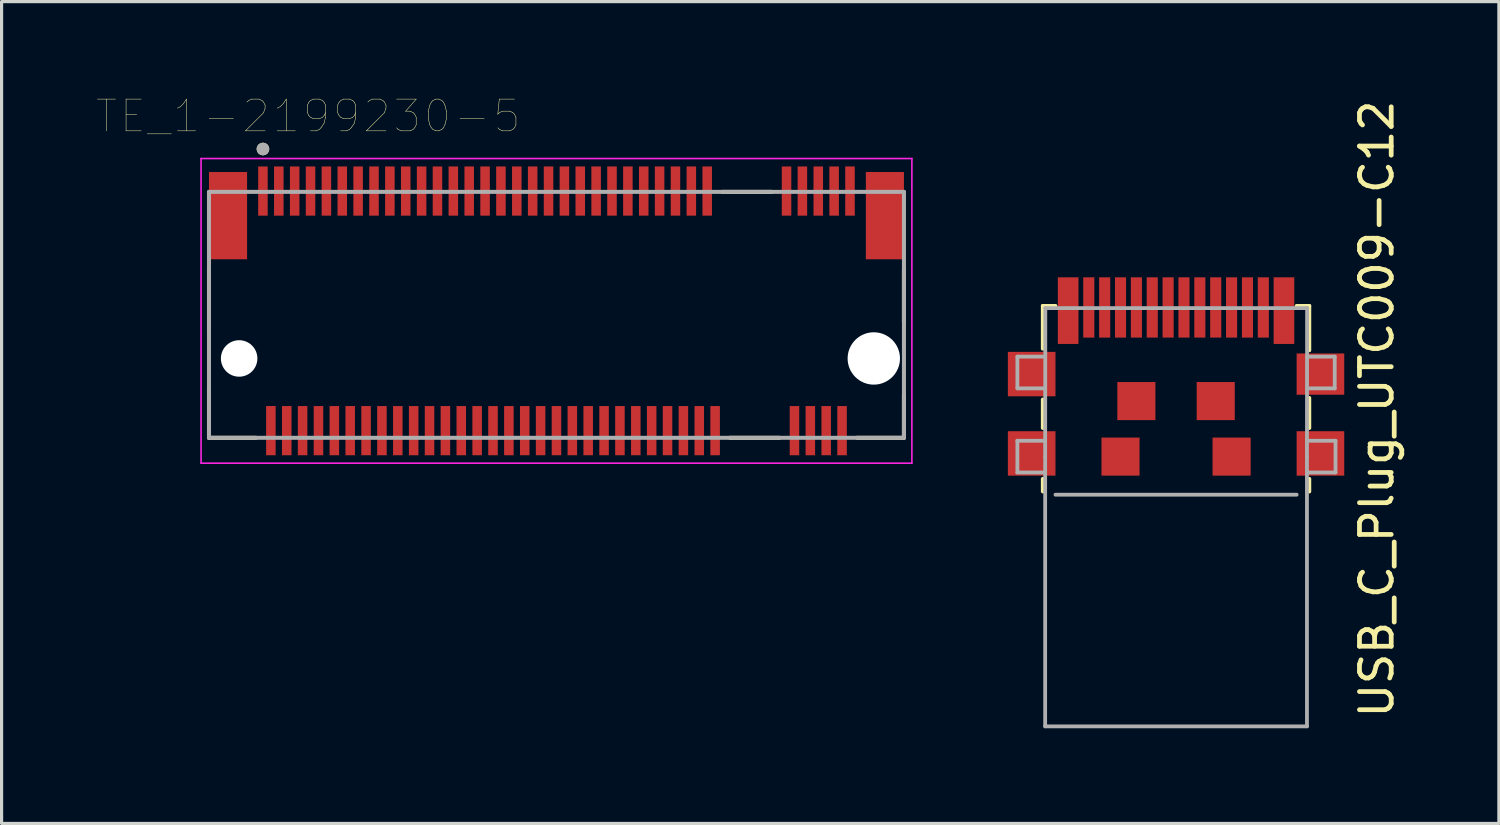
<source format=kicad_pcb>
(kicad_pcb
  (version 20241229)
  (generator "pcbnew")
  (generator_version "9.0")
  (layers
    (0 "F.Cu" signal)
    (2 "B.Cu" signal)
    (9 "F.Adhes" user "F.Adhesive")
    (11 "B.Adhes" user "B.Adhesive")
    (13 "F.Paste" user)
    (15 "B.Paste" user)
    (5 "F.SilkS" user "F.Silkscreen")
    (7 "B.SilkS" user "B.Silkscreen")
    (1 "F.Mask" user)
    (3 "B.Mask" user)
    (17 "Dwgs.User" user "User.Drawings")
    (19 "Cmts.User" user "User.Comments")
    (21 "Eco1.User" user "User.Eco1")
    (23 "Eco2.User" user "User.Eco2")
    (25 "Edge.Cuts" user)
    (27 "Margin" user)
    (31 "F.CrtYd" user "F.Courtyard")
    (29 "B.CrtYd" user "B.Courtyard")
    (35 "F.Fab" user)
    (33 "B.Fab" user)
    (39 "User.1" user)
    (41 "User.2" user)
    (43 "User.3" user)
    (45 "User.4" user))
  (footprint "USB_C_Plug_UTC009-C12"
    (layer "F.Cu")
    (at 34.011 6.839)
    (property "Reference" "USB_C_Plug_UTC009-C12" (at 6.325 3 90) (layer "F.SilkS") (effects (font (size 1 1) (thickness 0.15))))
    (attr smd)
    (fp_line (start -4.2 -0.25) (end -4.2 1.1) (stroke (width 0.12) (type solid)) (layer "F.SilkS"))
    (fp_line (start -4.2 2.7) (end -4.2 3.6) (stroke (width 0.12) (type solid)) (layer "F.SilkS"))
    (fp_line (start -4.2 5.2) (end -4.2 5.6) (stroke (width 0.12) (type solid)) (layer "F.SilkS"))
    (fp_line (start -3.8 -0.25) (end -4.2 -0.25) (stroke (width 0.12) (type solid)) (layer "F.SilkS"))
    (fp_line (start 4.2 -0.25) (end 3.8 -0.25) (stroke (width 0.12) (type solid)) (layer "F.SilkS"))
    (fp_line (start 4.2 1.15) (end 4.2 -0.25) (stroke (width 0.12) (type solid)) (layer "F.SilkS"))
    (fp_line (start 4.2 3.6) (end 4.2 2.65) (stroke (width 0.12) (type solid)) (layer "F.SilkS"))
    (fp_line (start 4.2 5.6) (end 4.2 5.2) (stroke (width 0.12) (type solid)) (layer "F.SilkS"))
    (fp_line (start -5 1.35) (end -4.13 1.35) (stroke (width 0.12) (type solid)) (layer "F.Fab"))
    (fp_line (start -5 2.35) (end -5 1.35) (stroke (width 0.12) (type solid)) (layer "F.Fab"))
    (fp_line (start -5 2.35) (end -4.13 2.35) (stroke (width 0.12) (type solid)) (layer "F.Fab"))
    (fp_line (start -5 4) (end -4.13 4) (stroke (width 0.12) (type solid)) (layer "F.Fab"))
    (fp_line (start -5 5) (end -5 4) (stroke (width 0.12) (type solid)) (layer "F.Fab"))
    (fp_line (start -5 5) (end -4.13 5) (stroke (width 0.12) (type solid)) (layer "F.Fab"))
    (fp_line (start -4.125 4.5) (end -4.125 13) (stroke (width 0.12) (type solid)) (layer "F.Fab"))
    (fp_line (start -4.125 4.5) (end -4.12 -0.18) (stroke (width 0.12) (type solid)) (layer "F.Fab"))
    (fp_line (start -4.125 13) (end 4.125 13) (stroke (width 0.12) (type solid)) (layer "F.Fab"))
    (fp_line (start -4.12 -0.18) (end 4.13 -0.18) (stroke (width 0.12) (type solid)) (layer "F.Fab"))
    (fp_line (start 3.8 5.7) (end -3.8 5.7) (stroke (width 0.12) (type solid)) (layer "F.Fab"))
    (fp_line (start 4.125 13) (end 4.125 4.5) (stroke (width 0.12) (type solid)) (layer "F.Fab"))
    (fp_line (start 4.13 -0.18) (end 4.125 4.5) (stroke (width 0.12) (type solid)) (layer "F.Fab"))
    (fp_line (start 5 1.35) (end 4.13 1.35) (stroke (width 0.12) (type solid)) (layer "F.Fab"))
    (fp_line (start 5 2.35) (end 4.13 2.35) (stroke (width 0.12) (type solid)) (layer "F.Fab"))
    (fp_line (start 5 2.35) (end 5 1.35) (stroke (width 0.12) (type solid)) (layer "F.Fab"))
    (fp_line (start 5.025 4) (end 4.155 4) (stroke (width 0.12) (type solid)) (layer "F.Fab"))
    (fp_line (start 5.025 5) (end 4.155 5) (stroke (width 0.12) (type solid)) (layer "F.Fab"))
    (fp_line (start 5.025 5) (end 5.025 4) (stroke (width 0.12) (type solid)) (layer "F.Fab"))
    (pad "A1" smd rect (at 2.75 -0.2) (size 0.35 1.9) (layers "F.Cu" "F.Mask" "F.Paste"))
    (pad "A4" smd rect (at 1.25 -0.2) (size 0.35 1.9) (layers "F.Cu" "F.Mask" "F.Paste"))
    (pad "A5" smd rect (at 0.75 -0.2) (size 0.35 1.9) (layers "F.Cu" "F.Mask" "F.Paste"))
    (pad "A6" smd rect (at 0.25 -0.2) (size 0.35 1.9) (layers "F.Cu" "F.Mask" "F.Paste"))
    (pad "A7" smd rect (at -0.25 -0.2) (size 0.35 1.9) (layers "F.Cu" "F.Mask" "F.Paste"))
    (pad "A10" smd rect (at -1.75 -0.2) (size 0.35 1.9) (layers "F.Cu" "F.Mask" "F.Paste"))
    (pad "A11" smd rect (at -2.25 -0.2) (size 0.35 1.9) (layers "F.Cu" "F.Mask" "F.Paste"))
    (pad "B2" smd rect (at -2.75 -0.2) (size 0.35 1.9) (layers "F.Cu" "F.Mask" "F.Paste"))
    (pad "B3" smd rect (at -1.25 -0.2) (size 0.35 1.9) (layers "F.Cu" "F.Mask" "F.Paste"))
    (pad "B5" smd rect (at -0.75 -0.2) (size 0.35 1.9) (layers "F.Cu" "F.Mask" "F.Paste"))
    (pad "B9" smd rect (at 1.75 -0.2) (size 0.35 1.9) (layers "F.Cu" "F.Mask" "F.Paste"))
    (pad "B12" smd rect (at 2.25 -0.2) (size 0.35 1.9) (layers "F.Cu" "F.Mask" "F.Paste"))
    (pad "S1" smd rect (at -4.55 1.9) (size 1.5 1.4) (layers "F.Cu" "F.Mask" "F.Paste"))
    (pad "S1" smd rect (at -4.55 4.4) (size 1.5 1.4) (layers "F.Cu" "F.Mask" "F.Paste"))
    (pad "S1" smd rect (at -3.4 -0.1) (size 0.65 2.1) (layers "F.Cu" "F.Mask" "F.Paste"))
    (pad "S1" smd rect (at -1.75 4.5) (size 1.2 1.2) (layers "F.Cu" "F.Mask" "F.Paste"))
    (pad "S1" smd rect (at -1.25 2.75) (size 1.2 1.2) (layers "F.Cu" "F.Mask" "F.Paste"))
    (pad "S1" smd rect (at 1.25 2.75) (size 1.2 1.2) (layers "F.Cu" "F.Mask" "F.Paste"))
    (pad "S1" smd rect (at 1.75 4.5) (size 1.2 1.2) (layers "F.Cu" "F.Mask" "F.Paste"))
    (pad "S1" smd rect (at 3.4 -0.1) (size 0.65 2.1) (layers "F.Cu" "F.Mask" "F.Paste"))
    (pad "S1" smd rect (at 4.55 1.9) (size 1.5 1.3) (layers "F.Cu" "F.Mask" "F.Paste"))
    (pad "S1" smd rect (at 4.55 4.4) (size 1.5 1.4) (layers "F.Cu" "F.Mask" "F.Paste")))
  (footprint "TE_1-2199230-5"
    (layer "F.Cu")
    (at 14.486 8.246)
    (property "Reference" "TE_1-2199230-5" (at -7.825 -7.635 0) (layer "F.SilkS") (effects (font (size 1 1) (thickness 0.015))))
    (attr through_hole)
    (fp_line (start -10.95 -2.805) (end -10.95 -0.895) (stroke (width 0.127) (type solid)) (layer "F.SilkS"))
    (fp_line (start -10.95 0.895) (end -10.95 2.5) (stroke (width 0.127) (type solid)) (layer "F.SilkS"))
    (fp_line (start -10.95 2.5) (end -9.47 2.5) (stroke (width 0.127) (type solid)) (layer "F.SilkS"))
    (fp_line (start 5.22 -5.25) (end 6.78 -5.25) (stroke (width 0.127) (type solid)) (layer "F.SilkS"))
    (fp_line (start 5.47 2.5) (end 7.03 2.5) (stroke (width 0.127) (type solid)) (layer "F.SilkS"))
    (fp_line (start 9.47 2.5) (end 10.95 2.5) (stroke (width 0.127) (type solid)) (layer "F.SilkS"))
    (fp_line (start 10.95 -1.145) (end 10.95 -2.8) (stroke (width 0.127) (type solid)) (layer "F.SilkS"))
    (fp_line (start 10.95 2.5) (end 10.95 1.145) (stroke (width 0.127) (type solid)) (layer "F.SilkS"))
    (fp_circle (center -9.25 -6.6) (end -9.15 -6.6) (stroke (width 0.2) (type solid)) (fill no) (layer "F.SilkS"))
    (fp_line (start -11.2 -6.3) (end -11.2 3.3) (stroke (width 0.05) (type solid)) (layer "F.CrtYd"))
    (fp_line (start -11.2 3.3) (end 11.2 3.3) (stroke (width 0.05) (type solid)) (layer "F.CrtYd"))
    (fp_line (start 11.2 -6.3) (end -11.2 -6.3) (stroke (width 0.05) (type solid)) (layer "F.CrtYd"))
    (fp_line (start 11.2 3.3) (end 11.2 -6.3) (stroke (width 0.05) (type solid)) (layer "F.CrtYd"))
    (fp_line (start -10.95 -5.25) (end 10.95 -5.25) (stroke (width 0.127) (type solid)) (layer "F.Fab"))
    (fp_line (start -10.95 2.5) (end -10.95 -5.25) (stroke (width 0.127) (type solid)) (layer "F.Fab"))
    (fp_line (start 10.95 -5.25) (end 10.95 2.5) (stroke (width 0.127) (type solid)) (layer "F.Fab"))
    (fp_line (start 10.95 2.5) (end -10.95 2.5) (stroke (width 0.127) (type solid)) (layer "F.Fab"))
    (fp_circle (center -9.25 -6.6) (end -9.15 -6.6) (stroke (width 0.2) (type solid)) (fill no) (layer "F.Fab"))
    (pad "" np_thru_hole circle (at -10 0) (size 1.15 1.15) (drill 1.15) (layers "*.Cu" "*.Mask"))
    (pad "" np_thru_hole circle (at 10 0) (size 1.65 1.65) (drill 1.65) (layers "*.Cu" "*.Mask"))
    (pad "1" smd rect (at -9.25 -5.275) (size 0.3 1.55) (layers "F.Cu" "F.Mask" "F.Paste"))
    (pad "2" smd rect (at -9 2.275) (size 0.3 1.55) (layers "F.Cu" "F.Mask" "F.Paste"))
    (pad "3" smd rect (at -8.75 -5.275) (size 0.3 1.55) (layers "F.Cu" "F.Mask" "F.Paste"))
    (pad "4" smd rect (at -8.5 2.275) (size 0.3 1.55) (layers "F.Cu" "F.Mask" "F.Paste"))
    (pad "5" smd rect (at -8.25 -5.275) (size 0.3 1.55) (layers "F.Cu" "F.Mask" "F.Paste"))
    (pad "6" smd rect (at -8 2.275) (size 0.3 1.55) (layers "F.Cu" "F.Mask" "F.Paste"))
    (pad "7" smd rect (at -7.75 -5.275) (size 0.3 1.55) (layers "F.Cu" "F.Mask" "F.Paste"))
    (pad "8" smd rect (at -7.5 2.275) (size 0.3 1.55) (layers "F.Cu" "F.Mask" "F.Paste"))
    (pad "9" smd rect (at -7.25 -5.275) (size 0.3 1.55) (layers "F.Cu" "F.Mask" "F.Paste"))
    (pad "10" smd rect (at -7 2.275) (size 0.3 1.55) (layers "F.Cu" "F.Mask" "F.Paste"))
    (pad "11" smd rect (at -6.75 -5.275) (size 0.3 1.55) (layers "F.Cu" "F.Mask" "F.Paste"))
    (pad "12" smd rect (at -6.5 2.275) (size 0.3 1.55) (layers "F.Cu" "F.Mask" "F.Paste"))
    (pad "13" smd rect (at -6.25 -5.275) (size 0.3 1.55) (layers "F.Cu" "F.Mask" "F.Paste"))
    (pad "14" smd rect (at -6 2.275) (size 0.3 1.55) (layers "F.Cu" "F.Mask" "F.Paste"))
    (pad "15" smd rect (at -5.75 -5.275) (size 0.3 1.55) (layers "F.Cu" "F.Mask" "F.Paste"))
    (pad "16" smd rect (at -5.5 2.275) (size 0.3 1.55) (layers "F.Cu" "F.Mask" "F.Paste"))
    (pad "17" smd rect (at -5.25 -5.275) (size 0.3 1.55) (layers "F.Cu" "F.Mask" "F.Paste"))
    (pad "18" smd rect (at -5 2.275) (size 0.3 1.55) (layers "F.Cu" "F.Mask" "F.Paste"))
    (pad "19" smd rect (at -4.75 -5.275) (size 0.3 1.55) (layers "F.Cu" "F.Mask" "F.Paste"))
    (pad "20" smd rect (at -4.5 2.275) (size 0.3 1.55) (layers "F.Cu" "F.Mask" "F.Paste"))
    (pad "21" smd rect (at -4.25 -5.275) (size 0.3 1.55) (layers "F.Cu" "F.Mask" "F.Paste"))
    (pad "22" smd rect (at -4 2.275) (size 0.3 1.55) (layers "F.Cu" "F.Mask" "F.Paste"))
    (pad "23" smd rect (at -3.75 -5.275) (size 0.3 1.55) (layers "F.Cu" "F.Mask" "F.Paste"))
    (pad "24" smd rect (at -3.5 2.275) (size 0.3 1.55) (layers "F.Cu" "F.Mask" "F.Paste"))
    (pad "25" smd rect (at -3.25 -5.275) (size 0.3 1.55) (layers "F.Cu" "F.Mask" "F.Paste"))
    (pad "26" smd rect (at -3 2.275) (size 0.3 1.55) (layers "F.Cu" "F.Mask" "F.Paste"))
    (pad "27" smd rect (at -2.75 -5.275) (size 0.3 1.55) (layers "F.Cu" "F.Mask" "F.Paste"))
    (pad "28" smd rect (at -2.5 2.275) (size 0.3 1.55) (layers "F.Cu" "F.Mask" "F.Paste"))
    (pad "29" smd rect (at -2.25 -5.275) (size 0.3 1.55) (layers "F.Cu" "F.Mask" "F.Paste"))
    (pad "30" smd rect (at -2 2.275) (size 0.3 1.55) (layers "F.Cu" "F.Mask" "F.Paste"))
    (pad "31" smd rect (at -1.75 -5.275) (size 0.3 1.55) (layers "F.Cu" "F.Mask" "F.Paste"))
    (pad "32" smd rect (at -1.5 2.275) (size 0.3 1.55) (layers "F.Cu" "F.Mask" "F.Paste"))
    (pad "33" smd rect (at -1.25 -5.275) (size 0.3 1.55) (layers "F.Cu" "F.Mask" "F.Paste"))
    (pad "34" smd rect (at -1 2.275) (size 0.3 1.55) (layers "F.Cu" "F.Mask" "F.Paste"))
    (pad "35" smd rect (at -0.75 -5.275) (size 0.3 1.55) (layers "F.Cu" "F.Mask" "F.Paste"))
    (pad "36" smd rect (at -0.5 2.275) (size 0.3 1.55) (layers "F.Cu" "F.Mask" "F.Paste"))
    (pad "37" smd rect (at -0.25 -5.275) (size 0.3 1.55) (layers "F.Cu" "F.Mask" "F.Paste"))
    (pad "38" smd rect (at 0 2.275) (size 0.3 1.55) (layers "F.Cu" "F.Mask" "F.Paste"))
    (pad "39" smd rect (at 0.25 -5.275) (size 0.3 1.55) (layers "F.Cu" "F.Mask" "F.Paste"))
    (pad "40" smd rect (at 0.5 2.275) (size 0.3 1.55) (layers "F.Cu" "F.Mask" "F.Paste"))
    (pad "41" smd rect (at 0.75 -5.275) (size 0.3 1.55) (layers "F.Cu" "F.Mask" "F.Paste"))
    (pad "42" smd rect (at 1 2.275) (size 0.3 1.55) (layers "F.Cu" "F.Mask" "F.Paste"))
    (pad "43" smd rect (at 1.25 -5.275) (size 0.3 1.55) (layers "F.Cu" "F.Mask" "F.Paste"))
    (pad "44" smd rect (at 1.5 2.275) (size 0.3 1.55) (layers "F.Cu" "F.Mask" "F.Paste"))
    (pad "45" smd rect (at 1.75 -5.275) (size 0.3 1.55) (layers "F.Cu" "F.Mask" "F.Paste"))
    (pad "46" smd rect (at 2 2.275) (size 0.3 1.55) (layers "F.Cu" "F.Mask" "F.Paste"))
    (pad "47" smd rect (at 2.25 -5.275) (size 0.3 1.55) (layers "F.Cu" "F.Mask" "F.Paste"))
    (pad "48" smd rect (at 2.5 2.275) (size 0.3 1.55) (layers "F.Cu" "F.Mask" "F.Paste"))
    (pad "49" smd rect (at 2.75 -5.275) (size 0.3 1.55) (layers "F.Cu" "F.Mask" "F.Paste"))
    (pad "50" smd rect (at 3 2.275) (size 0.3 1.55) (layers "F.Cu" "F.Mask" "F.Paste"))
    (pad "51" smd rect (at 3.25 -5.275) (size 0.3 1.55) (layers "F.Cu" "F.Mask" "F.Paste"))
    (pad "52" smd rect (at 3.5 2.275) (size 0.3 1.55) (layers "F.Cu" "F.Mask" "F.Paste"))
    (pad "53" smd rect (at 3.75 -5.275) (size 0.3 1.55) (layers "F.Cu" "F.Mask" "F.Paste"))
    (pad "54" smd rect (at 4 2.275) (size 0.3 1.55) (layers "F.Cu" "F.Mask" "F.Paste"))
    (pad "55" smd rect (at 4.25 -5.275) (size 0.3 1.55) (layers "F.Cu" "F.Mask" "F.Paste"))
    (pad "56" smd rect (at 4.5 2.275) (size 0.3 1.55) (layers "F.Cu" "F.Mask" "F.Paste"))
    (pad "57" smd rect (at 4.75 -5.275) (size 0.3 1.55) (layers "F.Cu" "F.Mask" "F.Paste"))
    (pad "58" smd rect (at 5 2.275) (size 0.3 1.55) (layers "F.Cu" "F.Mask" "F.Paste"))
    (pad "67" smd rect (at 7.25 -5.275) (size 0.3 1.55) (layers "F.Cu" "F.Mask" "F.Paste"))
    (pad "68" smd rect (at 7.5 2.275) (size 0.3 1.55) (layers "F.Cu" "F.Mask" "F.Paste"))
    (pad "69" smd rect (at 7.75 -5.275) (size 0.3 1.55) (layers "F.Cu" "F.Mask" "F.Paste"))
    (pad "70" smd rect (at 8 2.275) (size 0.3 1.55) (layers "F.Cu" "F.Mask" "F.Paste"))
    (pad "71" smd rect (at 8.25 -5.275) (size 0.3 1.55) (layers "F.Cu" "F.Mask" "F.Paste"))
    (pad "72" smd rect (at 8.5 2.275) (size 0.3 1.55) (layers "F.Cu" "F.Mask" "F.Paste"))
    (pad "73" smd rect (at 8.75 -5.275) (size 0.3 1.55) (layers "F.Cu" "F.Mask" "F.Paste"))
    (pad "74" smd rect (at 9 2.275) (size 0.3 1.55) (layers "F.Cu" "F.Mask" "F.Paste"))
    (pad "75" smd rect (at 9.25 -5.275) (size 0.3 1.55) (layers "F.Cu" "F.Mask" "F.Paste"))
    (pad "S1" smd rect (at -10.35 -4.5) (size 1.2 2.75) (layers "F.Cu" "F.Mask" "F.Paste"))
    (pad "S2" smd rect (at 10.35 -4.5) (size 1.2 2.75) (layers "F.Cu" "F.Mask" "F.Paste")))
  (gr_rect
    (start -3 -3)
    (end 44.184 22.899)
    (stroke (width 0.1) (type default))
    (fill no)
    (layer "Edge.Cuts")))
</source>
